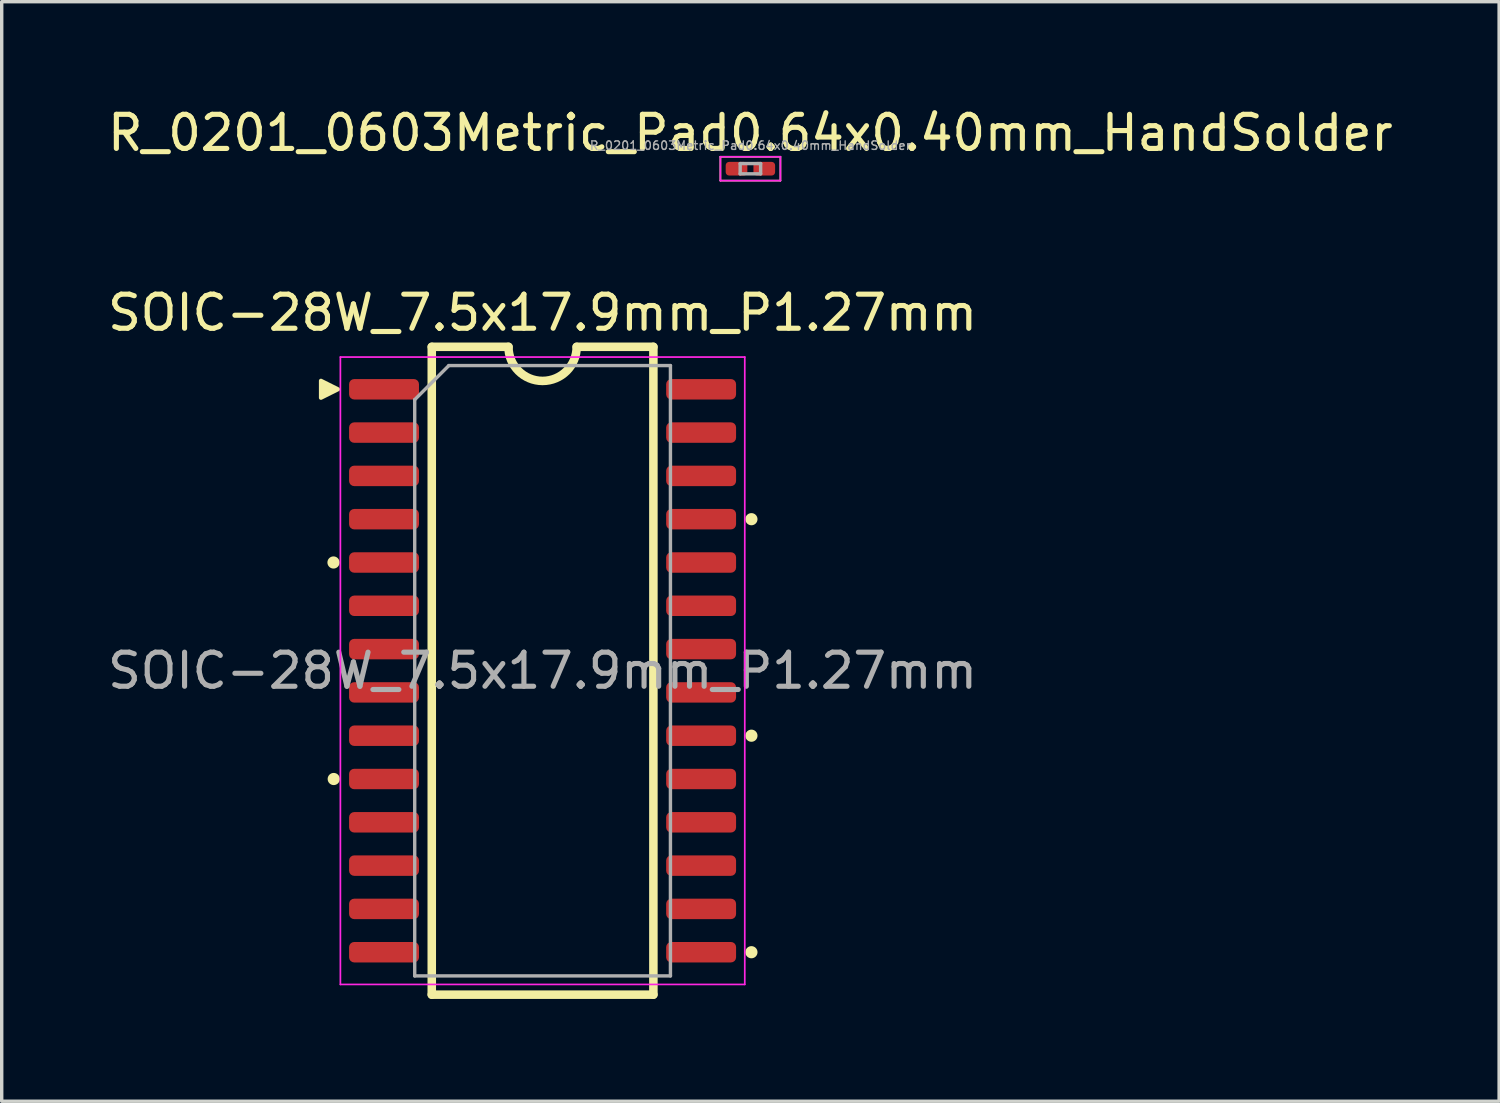
<source format=kicad_pcb>
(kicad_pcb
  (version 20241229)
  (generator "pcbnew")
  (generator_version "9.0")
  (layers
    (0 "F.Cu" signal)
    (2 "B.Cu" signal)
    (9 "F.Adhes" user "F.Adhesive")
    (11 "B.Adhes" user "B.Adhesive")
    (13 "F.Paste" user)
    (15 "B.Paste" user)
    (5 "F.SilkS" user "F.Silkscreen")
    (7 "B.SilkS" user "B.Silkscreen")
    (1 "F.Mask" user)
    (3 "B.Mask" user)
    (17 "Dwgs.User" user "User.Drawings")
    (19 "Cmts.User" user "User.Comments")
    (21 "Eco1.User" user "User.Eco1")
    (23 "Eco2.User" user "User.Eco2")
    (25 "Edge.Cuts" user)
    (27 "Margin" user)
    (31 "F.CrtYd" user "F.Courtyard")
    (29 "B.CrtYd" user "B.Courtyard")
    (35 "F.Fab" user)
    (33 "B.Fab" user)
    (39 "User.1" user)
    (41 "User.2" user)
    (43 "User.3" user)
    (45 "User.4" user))
  (footprint "R_0201_0603Metric_Pad0.64x0.40mm_HandSolder"
    (layer "F.Cu")
    (at 18.958 1.898)
    (property "Reference" "R_0201_0603Metric_Pad0.64x0.40mm_HandSolder" (at 0 -1.05 0) (layer "F.SilkS") (effects (font (size 1 1) (thickness 0.15))))
    (attr smd)
    (fp_line (start -0.88 -0.35) (end 0.88 -0.35) (stroke (width 0.05) (type solid)) (layer "F.SilkS"))
    (fp_line (start -0.88 0.35) (end -0.88 -0.35) (stroke (width 0.05) (type solid)) (layer "F.SilkS"))
    (fp_line (start 0.88 -0.35) (end 0.88 0.35) (stroke (width 0.05) (type solid)) (layer "F.SilkS"))
    (fp_line (start 0.88 0.35) (end -0.88 0.35) (stroke (width 0.05) (type solid)) (layer "F.SilkS"))
    (fp_line (start -0.88 -0.35) (end 0.88 -0.35) (stroke (width 0.05) (type solid)) (layer "F.CrtYd"))
    (fp_line (start -0.88 0.35) (end -0.88 -0.35) (stroke (width 0.05) (type solid)) (layer "F.CrtYd"))
    (fp_line (start 0.88 -0.35) (end 0.88 0.35) (stroke (width 0.05) (type solid)) (layer "F.CrtYd"))
    (fp_line (start 0.88 0.35) (end -0.88 0.35) (stroke (width 0.05) (type solid)) (layer "F.CrtYd"))
    (fp_line (start -0.3 -0.15) (end 0.3 -0.15) (stroke (width 0.1) (type solid)) (layer "F.Fab"))
    (fp_line (start -0.3 0.15) (end -0.3 -0.15) (stroke (width 0.1) (type solid)) (layer "F.Fab"))
    (fp_line (start 0.3 -0.15) (end 0.3 0.15) (stroke (width 0.1) (type solid)) (layer "F.Fab"))
    (fp_line (start 0.3 0.15) (end -0.3 0.15) (stroke (width 0.1) (type solid)) (layer "F.Fab"))
    (fp_text user "${REFERENCE}" (at 0 -0.68 0) (layer "F.Fab") (effects (font (size 0.25 0.25) (thickness 0.04))))
    (pad "" smd roundrect (at -0.432 0) (size 0.458 0.36) (layers "F.Paste") (roundrect_rratio 0.25))
    (pad "" smd roundrect (at 0.432 0) (size 0.458 0.36) (layers "F.Paste") (roundrect_rratio 0.25))
    (pad "1" smd roundrect (at -0.407 0) (size 0.635 0.4) (layers "F.Cu" "F.Mask") (roundrect_rratio 0.25))
    (pad "2" smd roundrect (at 0.407 0) (size 0.635 0.4) (layers "F.Cu" "F.Mask") (roundrect_rratio 0.25)))
  (footprint "SOIC-28W_7.5x17.9mm_P1.27mm"
    (layer "F.Cu")
    (at 12.863 16.622)
    (property "Reference" "SOIC-28W_7.5x17.9mm_P1.27mm" (at 0 -10.5 0) (layer "F.SilkS") (effects (font (size 1 1) (thickness 0.15))))
    (attr smd)
    (fp_line (start -3.25 -9.5) (end -3.25 9.5) (stroke (width 0.25) (type default)) (layer "F.SilkS"))
    (fp_line (start -3.25 9.5) (end 3.25 9.5) (stroke (width 0.25) (type default)) (layer "F.SilkS"))
    (fp_line (start -1 -9.5) (end -3.25 -9.5) (stroke (width 0.25) (type default)) (layer "F.SilkS"))
    (fp_line (start 3.25 -9.5) (end 1 -9.5) (stroke (width 0.25) (type default)) (layer "F.SilkS"))
    (fp_line (start 3.25 9.5) (end 3.25 -9.5) (stroke (width 0.25) (type default)) (layer "F.SilkS"))
    (fp_arc (start 1 -9.5) (mid 0 -8.5) (end -1 -9.5) (stroke (width 0.25) (type default)) (layer "F.SilkS"))
    (fp_circle (center -6.132 -3.175) (end -6.014 -3.164) (stroke (width 0.12) (type solid)) (fill yes) (layer "F.SilkS"))
    (fp_circle (center -6.125 3.175) (end -6.007 3.186) (stroke (width 0.12) (type solid)) (fill yes) (layer "F.SilkS"))
    (fp_circle (center 6.125 -4.445) (end 6.243 -4.434) (stroke (width 0.12) (type solid)) (fill yes) (layer "F.SilkS"))
    (fp_circle (center 6.125 1.905) (end 6.243 1.916) (stroke (width 0.12) (type solid)) (fill yes) (layer "F.SilkS"))
    (fp_circle (center 6.125 8.255) (end 6.243 8.266) (stroke (width 0.12) (type solid)) (fill yes) (layer "F.SilkS"))
    (fp_poly (pts (xy -6 -8.255) (xy -6.5 -8.005) (xy -6.5 -8.505)) (stroke (width 0.12) (type solid)) (fill yes) (layer "F.SilkS"))
    (fp_line (start -5.93 -9.2) (end -5.93 9.2) (stroke (width 0.05) (type solid)) (layer "F.CrtYd"))
    (fp_line (start -5.93 9.2) (end 5.93 9.2) (stroke (width 0.05) (type solid)) (layer "F.CrtYd"))
    (fp_line (start 5.93 -9.2) (end -5.93 -9.2) (stroke (width 0.05) (type solid)) (layer "F.CrtYd"))
    (fp_line (start 5.93 9.2) (end 5.93 -9.2) (stroke (width 0.05) (type solid)) (layer "F.CrtYd"))
    (fp_line (start -3.75 -7.95) (end -2.75 -8.95) (stroke (width 0.1) (type solid)) (layer "F.Fab"))
    (fp_line (start -3.75 8.95) (end -3.75 -7.95) (stroke (width 0.1) (type solid)) (layer "F.Fab"))
    (fp_line (start -2.75 -8.95) (end 3.75 -8.95) (stroke (width 0.1) (type solid)) (layer "F.Fab"))
    (fp_line (start 3.75 -8.95) (end 3.75 8.95) (stroke (width 0.1) (type solid)) (layer "F.Fab"))
    (fp_line (start 3.75 8.95) (end -3.75 8.95) (stroke (width 0.1) (type solid)) (layer "F.Fab"))
    (fp_text user "${REFERENCE}" (at 0 0 0) (layer "F.Fab") (effects (font (size 1 1) (thickness 0.15))))
    (pad "1" smd roundrect (at -4.65 -8.255) (size 2.05 0.6) (layers "F.Cu" "F.Mask" "F.Paste") (roundrect_rratio 0.25))
    (pad "2" smd roundrect (at -4.65 -6.985) (size 2.05 0.6) (layers "F.Cu" "F.Mask" "F.Paste") (roundrect_rratio 0.25))
    (pad "3" smd roundrect (at -4.65 -5.715) (size 2.05 0.6) (layers "F.Cu" "F.Mask" "F.Paste") (roundrect_rratio 0.25))
    (pad "4" smd roundrect (at -4.65 -4.445) (size 2.05 0.6) (layers "F.Cu" "F.Mask" "F.Paste") (roundrect_rratio 0.25))
    (pad "5" smd roundrect (at -4.65 -3.175) (size 2.05 0.6) (layers "F.Cu" "F.Mask" "F.Paste") (roundrect_rratio 0.25))
    (pad "6" smd roundrect (at -4.65 -1.905) (size 2.05 0.6) (layers "F.Cu" "F.Mask" "F.Paste") (roundrect_rratio 0.25))
    (pad "7" smd roundrect (at -4.65 -0.635) (size 2.05 0.6) (layers "F.Cu" "F.Mask" "F.Paste") (roundrect_rratio 0.25))
    (pad "8" smd roundrect (at -4.65 0.635) (size 2.05 0.6) (layers "F.Cu" "F.Mask" "F.Paste") (roundrect_rratio 0.25))
    (pad "9" smd roundrect (at -4.65 1.905) (size 2.05 0.6) (layers "F.Cu" "F.Mask" "F.Paste") (roundrect_rratio 0.25))
    (pad "10" smd roundrect (at -4.65 3.175) (size 2.05 0.6) (layers "F.Cu" "F.Mask" "F.Paste") (roundrect_rratio 0.25))
    (pad "11" smd roundrect (at -4.65 4.445) (size 2.05 0.6) (layers "F.Cu" "F.Mask" "F.Paste") (roundrect_rratio 0.25))
    (pad "12" smd roundrect (at -4.65 5.715) (size 2.05 0.6) (layers "F.Cu" "F.Mask" "F.Paste") (roundrect_rratio 0.25))
    (pad "13" smd roundrect (at -4.65 6.985) (size 2.05 0.6) (layers "F.Cu" "F.Mask" "F.Paste") (roundrect_rratio 0.25))
    (pad "14" smd roundrect (at -4.65 8.255) (size 2.05 0.6) (layers "F.Cu" "F.Mask" "F.Paste") (roundrect_rratio 0.25))
    (pad "15" smd roundrect (at 4.65 8.255) (size 2.05 0.6) (layers "F.Cu" "F.Mask" "F.Paste") (roundrect_rratio 0.25))
    (pad "16" smd roundrect (at 4.65 6.985) (size 2.05 0.6) (layers "F.Cu" "F.Mask" "F.Paste") (roundrect_rratio 0.25))
    (pad "17" smd roundrect (at 4.65 5.715) (size 2.05 0.6) (layers "F.Cu" "F.Mask" "F.Paste") (roundrect_rratio 0.25))
    (pad "18" smd roundrect (at 4.65 4.445) (size 2.05 0.6) (layers "F.Cu" "F.Mask" "F.Paste") (roundrect_rratio 0.25))
    (pad "19" smd roundrect (at 4.65 3.175) (size 2.05 0.6) (layers "F.Cu" "F.Mask" "F.Paste") (roundrect_rratio 0.25))
    (pad "20" smd roundrect (at 4.65 1.905) (size 2.05 0.6) (layers "F.Cu" "F.Mask" "F.Paste") (roundrect_rratio 0.25))
    (pad "21" smd roundrect (at 4.65 0.635) (size 2.05 0.6) (layers "F.Cu" "F.Mask" "F.Paste") (roundrect_rratio 0.25))
    (pad "22" smd roundrect (at 4.65 -0.635) (size 2.05 0.6) (layers "F.Cu" "F.Mask" "F.Paste") (roundrect_rratio 0.25))
    (pad "23" smd roundrect (at 4.65 -1.905) (size 2.05 0.6) (layers "F.Cu" "F.Mask" "F.Paste") (roundrect_rratio 0.25))
    (pad "24" smd roundrect (at 4.65 -3.175) (size 2.05 0.6) (layers "F.Cu" "F.Mask" "F.Paste") (roundrect_rratio 0.25))
    (pad "25" smd roundrect (at 4.65 -4.445) (size 2.05 0.6) (layers "F.Cu" "F.Mask" "F.Paste") (roundrect_rratio 0.25))
    (pad "26" smd roundrect (at 4.65 -5.715) (size 2.05 0.6) (layers "F.Cu" "F.Mask" "F.Paste") (roundrect_rratio 0.25))
    (pad "27" smd roundrect (at 4.65 -6.985) (size 2.05 0.6) (layers "F.Cu" "F.Mask" "F.Paste") (roundrect_rratio 0.25))
    (pad "28" smd roundrect (at 4.65 -8.255) (size 2.05 0.6) (layers "F.Cu" "F.Mask" "F.Paste") (roundrect_rratio 0.25)))
  (gr_rect
    (start -3 -3)
    (end 40.917 29.247)
    (stroke (width 0.1) (type default))
    (fill no)
    (layer "Edge.Cuts")))
</source>
